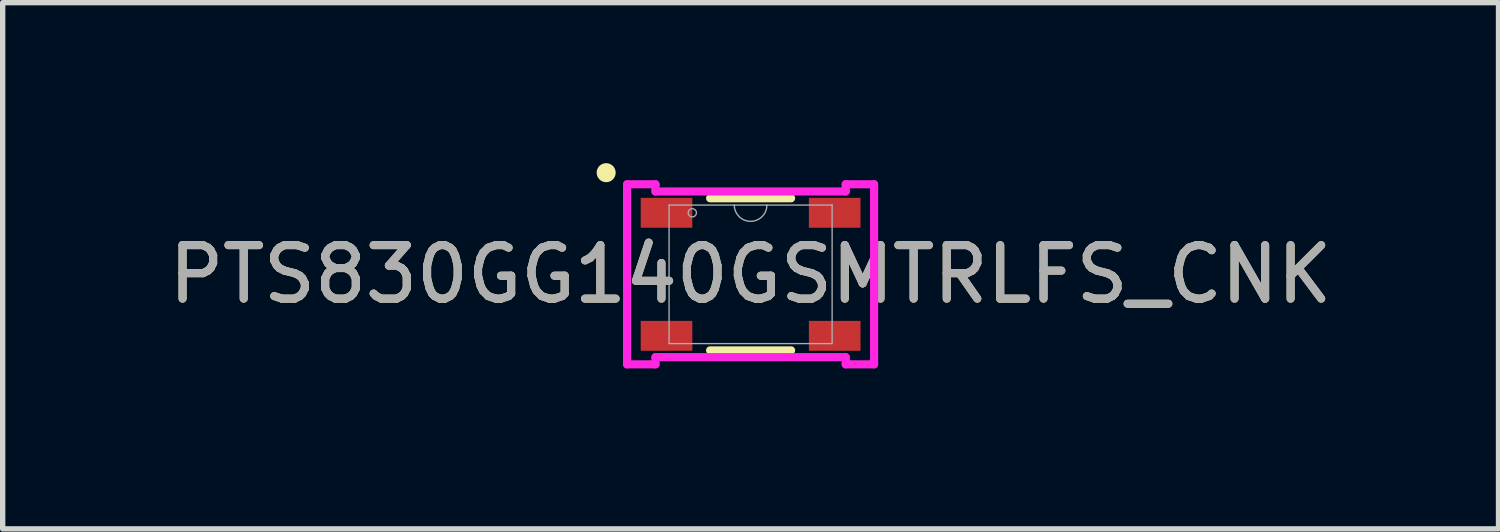
<source format=kicad_pcb>
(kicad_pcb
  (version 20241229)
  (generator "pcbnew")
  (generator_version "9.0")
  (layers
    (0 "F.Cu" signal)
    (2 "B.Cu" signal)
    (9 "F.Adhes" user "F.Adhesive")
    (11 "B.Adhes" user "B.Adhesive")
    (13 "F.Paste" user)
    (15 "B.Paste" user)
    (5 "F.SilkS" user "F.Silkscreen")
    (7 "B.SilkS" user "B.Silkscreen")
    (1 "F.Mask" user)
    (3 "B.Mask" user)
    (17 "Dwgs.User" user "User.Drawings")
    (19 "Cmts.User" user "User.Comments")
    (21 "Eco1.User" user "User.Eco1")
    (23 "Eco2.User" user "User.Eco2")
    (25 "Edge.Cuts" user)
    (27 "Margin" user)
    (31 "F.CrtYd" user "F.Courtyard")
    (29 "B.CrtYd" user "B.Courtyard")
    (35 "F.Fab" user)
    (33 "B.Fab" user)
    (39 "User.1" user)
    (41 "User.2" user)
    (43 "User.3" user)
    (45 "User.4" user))
  (footprint "PTS830GG140GSMTRLFS_CNK"
    (layer "F.Cu")
    (at 10.982 2.078)
    (property "Reference" "PTS830GG140GSMTRLFS_CNK" (at 0 0 0) (unlocked yes) (layer "F.SilkS") (effects (font (size 1 1) (thickness 0.15))))
    (attr smd)
    (fp_line (start -0.757 1.422) (end 0.757 1.422) (stroke (width 0.152) (type solid)) (layer "F.SilkS"))
    (fp_line (start 0.757 -1.422) (end -0.757 -1.422) (stroke (width 0.152) (type solid)) (layer "F.SilkS"))
    (fp_circle (center -2.7 -1.9) (end -2.598 -1.9) (stroke (width 0.152) (type solid)) (fill yes) (layer "F.SilkS"))
    (fp_line (start -2.309 -1.683) (end -1.778 -1.683) (stroke (width 0.152) (type solid)) (layer "F.CrtYd"))
    (fp_line (start -2.309 1.683) (end -2.309 -1.683) (stroke (width 0.152) (type solid)) (layer "F.CrtYd"))
    (fp_line (start -2.309 1.683) (end -1.778 1.683) (stroke (width 0.152) (type solid)) (layer "F.CrtYd"))
    (fp_line (start -1.778 -1.683) (end -1.778 -1.549) (stroke (width 0.152) (type solid)) (layer "F.CrtYd"))
    (fp_line (start -1.778 -1.549) (end 1.778 -1.549) (stroke (width 0.152) (type solid)) (layer "F.CrtYd"))
    (fp_line (start -1.778 1.549) (end -1.778 1.683) (stroke (width 0.152) (type solid)) (layer "F.CrtYd"))
    (fp_line (start 1.778 -1.549) (end 1.778 -1.683) (stroke (width 0.152) (type solid)) (layer "F.CrtYd"))
    (fp_line (start 1.778 1.549) (end -1.778 1.549) (stroke (width 0.152) (type solid)) (layer "F.CrtYd"))
    (fp_line (start 1.778 1.683) (end 1.778 1.549) (stroke (width 0.152) (type solid)) (layer "F.CrtYd"))
    (fp_line (start 2.309 -1.683) (end 1.778 -1.683) (stroke (width 0.152) (type solid)) (layer "F.CrtYd"))
    (fp_line (start 2.309 -1.683) (end 2.309 1.683) (stroke (width 0.152) (type solid)) (layer "F.CrtYd"))
    (fp_line (start 2.309 1.683) (end 1.778 1.683) (stroke (width 0.152) (type solid)) (layer "F.CrtYd"))
    (fp_line (start -1.524 -1.295) (end -1.524 1.295) (stroke (width 0.025) (type solid)) (layer "F.Fab"))
    (fp_line (start -1.524 1.295) (end 1.524 1.295) (stroke (width 0.025) (type solid)) (layer "F.Fab"))
    (fp_line (start 1.524 -1.295) (end -1.524 -1.295) (stroke (width 0.025) (type solid)) (layer "F.Fab"))
    (fp_line (start 1.524 1.295) (end 1.524 -1.295) (stroke (width 0.025) (type solid)) (layer "F.Fab"))
    (fp_arc (start 0.3048 -1.2954) (mid 0 -0.9906) (end -0.3048 -1.2954) (stroke (width 0.0254) (type solid)) (layer "F.Fab"))
    (fp_circle (center -1.09 -1.15) (end -1.013 -1.15) (stroke (width 0.025) (type solid)) (fill no) (layer "F.Fab"))
    (fp_text user "${REFERENCE}" (at 0 0 0) (unlocked yes) (layer "F.Fab") (effects (font (size 1 1) (thickness 0.15))))
    (pad "1" smd rect (at -1.572 -1.15) (size 0.965 0.559) (layers "F.Cu" "F.Mask" "F.Paste"))
    (pad "2" smd rect (at 1.572 -1.15) (size 0.965 0.559) (layers "F.Cu" "F.Mask" "F.Paste"))
    (pad "3" smd rect (at -1.572 1.15) (size 0.965 0.559) (layers "F.Cu" "F.Mask" "F.Paste"))
    (pad "4" smd rect (at 1.572 1.15) (size 0.965 0.559) (layers "F.Cu" "F.Mask" "F.Paste")))
  (gr_rect
    (start -3 -3)
    (end 24.964 6.837)
    (stroke (width 0.1) (type default))
    (fill no)
    (layer "Edge.Cuts")))
</source>
